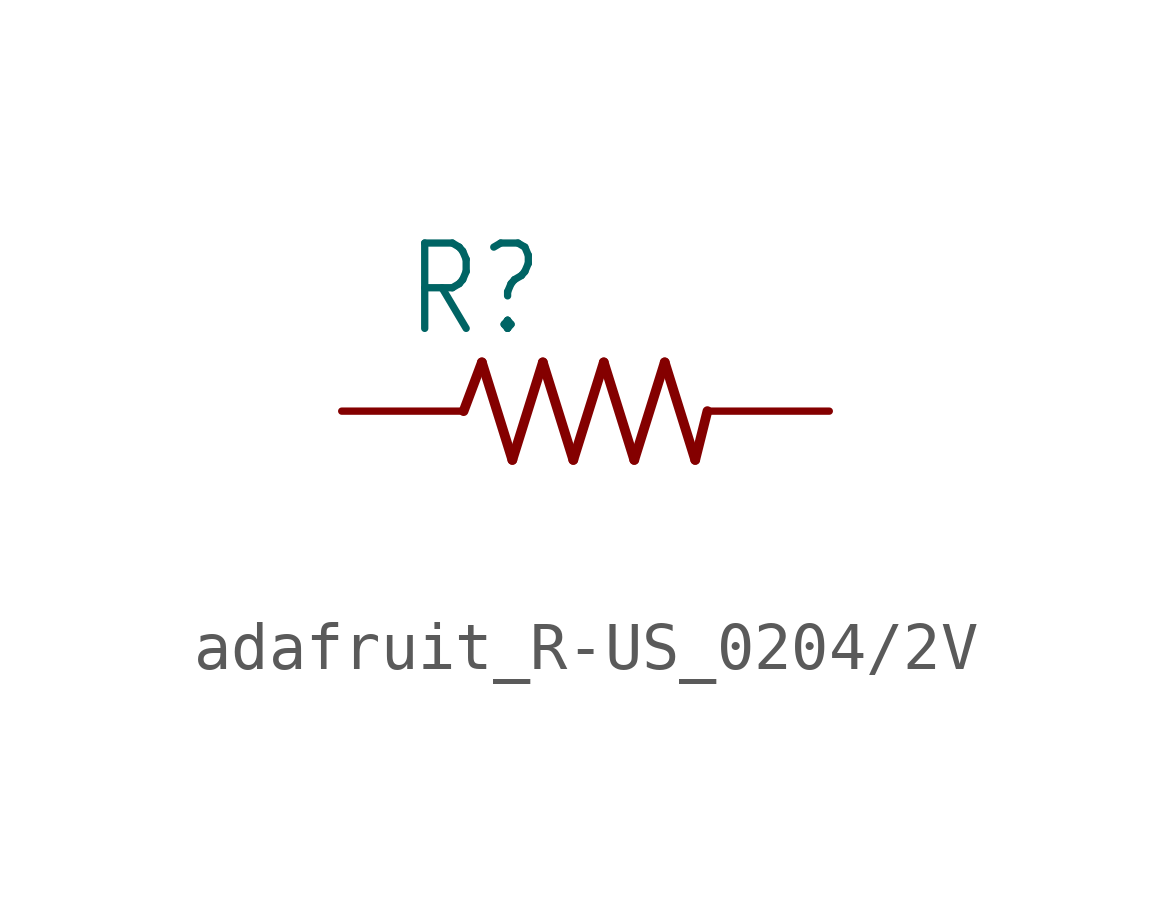
<source format=kicad_sym>
(kicad_symbol_lib
  (version 20220914)
  (generator kicad_symbol_editor)
  (symbol "adafruit_R-US_0204/2V"
    (property "Reference" "R"
      (at -3.81 1.499 0)
      (effects (font (size 1.778 1.511)) (justify left bottom)))
    (property "Value" ""
      (at -3.81 -3.302 0)
      (effects (font (size 1.778 1.511)) (justify left bottom)))
    (property "ki_locked" ""
      (at 0 0 0)
      (effects (font (size 1.27 1.27))))
    (symbol "adafruit_R-US_0204/2V_1_0"
      (polyline (pts (xy -2.54 0) (xy -2.159 1.016)) (stroke (width 0.203) (type solid)) (fill (type none)))
      (polyline (pts (xy -2.159 1.016) (xy -1.524 -1.016)) (stroke (width 0.203) (type solid)) (fill (type none)))
      (polyline (pts (xy -1.524 -1.016) (xy -0.889 1.016)) (stroke (width 0.203) (type solid)) (fill (type none)))
      (polyline (pts (xy -0.889 1.016) (xy -0.254 -1.016)) (stroke (width 0.203) (type solid)) (fill (type none)))
      (polyline (pts (xy -0.254 -1.016) (xy 0.381 1.016)) (stroke (width 0.203) (type solid)) (fill (type none)))
      (polyline (pts (xy 0.381 1.016) (xy 1.016 -1.016)) (stroke (width 0.203) (type solid)) (fill (type none)))
      (polyline (pts (xy 1.016 -1.016) (xy 1.651 1.016)) (stroke (width 0.203) (type solid)) (fill (type none)))
      (polyline (pts (xy 1.651 1.016) (xy 2.286 -1.016)) (stroke (width 0.203) (type solid)) (fill (type none)))
      (polyline (pts (xy 2.286 -1.016) (xy 2.54 0)) (stroke (width 0.203) (type solid)) (fill (type none)))
      (pin passive line (at -5.08 0 0) (length 2.54) (name "1" (effects (font (size 0 0)))) (number "1" (effects (font (size 0 0)))))
      (pin passive line (at 5.08 0 180) (length 2.54) (name "2" (effects (font (size 0 0)))) (number "2" (effects (font (size 0 0))))))))
</source>
